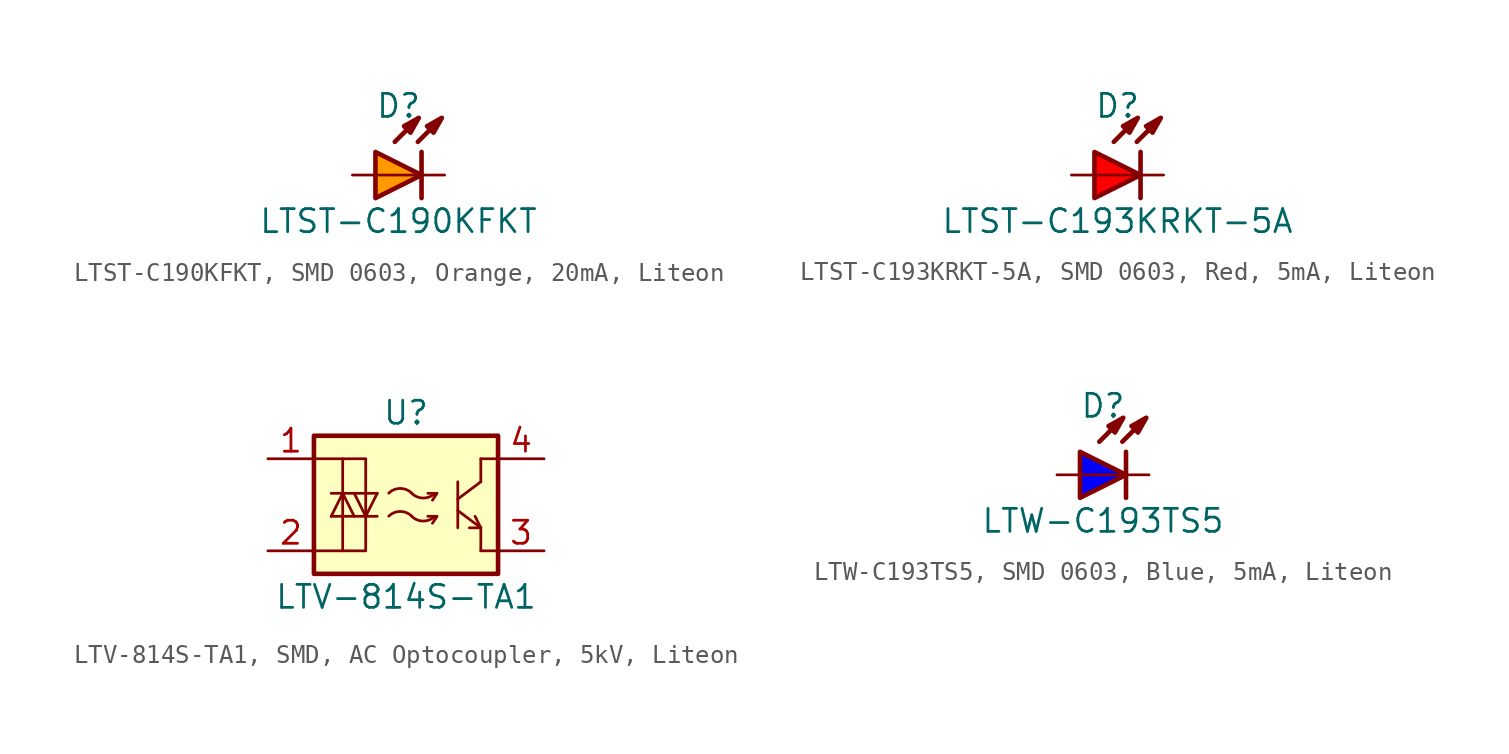
<source format=kicad_sym>
(kicad_symbol_lib
  (version 20241209)
  (generator "kicad_symbol_editor")
  (generator_version "9.0")
  (symbol "LTST-C190KFKT, SMD 0603, Orange, 20mA, Liteon"
    (pin_numbers
      (hide yes))
    (pin_names
      (offset 1.016)
      (hide yes))
    (property "Reference" "D"
      (at 0 3.81 0)
      (effects (font (size 1.27 1.27))))
    (property "Value" "LTST-C190KFKT"
      (at 0 -2.54 0)
      (effects (font (size 1.27 1.27))))
    (property "Label" ""
      (at 0 0 0)
      (effects (font (size 1.27 1.27) (thickness 0.254) (bold yes))))
    (symbol "LTST-C190KFKT, SMD 0603, Orange, 20mA, Liteon_0_0"
      (polyline (pts (xy -0.203 1.829) (xy 1.067 3.099)) (stroke (width 0.254) (type default)) (fill (type none)))
      (polyline (pts (xy 1.067 1.829) (xy 2.337 3.099)) (stroke (width 0.254) (type default)) (fill (type none)))
      (polyline (pts (xy 1.118 3.15) (xy 0.66 2.337) (xy 0.305 2.692) (xy 1.118 3.15)) (stroke (width 0.254) (type default)) (fill (type outline)))
      (polyline (pts (xy 1.27 0) (xy -1.27 0)) (stroke (width 0.152) (type default)) (fill (type none)))
      (polyline (pts (xy 2.388 3.15) (xy 1.93 2.337) (xy 1.575 2.692) (xy 2.388 3.15)) (stroke (width 0.254) (type default)) (fill (type outline))))
    (symbol "LTST-C190KFKT, SMD 0603, Orange, 20mA, Liteon_0_1"
      (polyline (pts (xy 1.27 1.27) (xy 1.27 -1.27)) (stroke (width 0.254) (type default)) (fill (type none))))
    (symbol "LTST-C190KFKT, SMD 0603, Orange, 20mA, Liteon_1_1"
      (polyline (pts (xy -1.27 1.27) (xy -1.27 -1.27) (xy 1.27 0) (xy -1.27 1.27)) (stroke (width 0.254) (type default)) (fill (type color) (color 255 153 0 1)))
      (pin passive line (at -2.54 0 0) (length 1.27) (name "A" (effects (font (size 1.27 1.27)))) (number "A" (effects (font (size 1.27 1.27)))))
      (pin passive line (at 2.54 0 180) (length 1.27) (name "C" (effects (font (size 1.27 1.27)))) (number "C" (effects (font (size 1.27 1.27)))))))
  (symbol "LTST-C193KRKT-5A, SMD 0603, Red, 5mA, Liteon"
    (pin_numbers
      (hide yes))
    (pin_names
      (offset 1.016)
      (hide yes))
    (property "Reference" "D"
      (at 0 3.81 0)
      (effects (font (size 1.27 1.27))))
    (property "Value" "LTST-C193KRKT-5A"
      (at 0 -2.54 0)
      (effects (font (size 1.27 1.27))))
    (property "Label" ""
      (at 0 0 0)
      (effects (font (size 1.27 1.27) (thickness 0.254) (bold yes))))
    (symbol "LTST-C193KRKT-5A, SMD 0603, Red, 5mA, Liteon_0_0"
      (polyline (pts (xy -0.203 1.829) (xy 1.067 3.099)) (stroke (width 0.254) (type default)) (fill (type none)))
      (polyline (pts (xy 1.067 1.829) (xy 2.337 3.099)) (stroke (width 0.254) (type default)) (fill (type none)))
      (polyline (pts (xy 1.118 3.15) (xy 0.66 2.337) (xy 0.305 2.692) (xy 1.118 3.15)) (stroke (width 0.254) (type default)) (fill (type outline)))
      (polyline (pts (xy 1.27 0) (xy -1.27 0)) (stroke (width 0.152) (type default)) (fill (type none)))
      (polyline (pts (xy 2.388 3.15) (xy 1.93 2.337) (xy 1.575 2.692) (xy 2.388 3.15)) (stroke (width 0.254) (type default)) (fill (type outline))))
    (symbol "LTST-C193KRKT-5A, SMD 0603, Red, 5mA, Liteon_0_1"
      (polyline (pts (xy 1.27 1.27) (xy 1.27 -1.27)) (stroke (width 0.254) (type default)) (fill (type none))))
    (symbol "LTST-C193KRKT-5A, SMD 0603, Red, 5mA, Liteon_1_1"
      (polyline (pts (xy -1.27 1.27) (xy -1.27 -1.27) (xy 1.27 0) (xy -1.27 1.27)) (stroke (width 0.254) (type default)) (fill (type color) (color 255 0 0 1)))
      (pin passive line (at -2.54 0 0) (length 1.27) (name "A" (effects (font (size 1.27 1.27)))) (number "A" (effects (font (size 1.27 1.27)))))
      (pin passive line (at 2.54 0 180) (length 1.27) (name "C" (effects (font (size 1.27 1.27)))) (number "C" (effects (font (size 1.27 1.27)))))))
  (symbol "LTV-814S-TA1, SMD, AC Optocoupler, 5kV, Liteon"
    (pin_names
      (hide yes))
    (property "Reference" "U"
      (at 0 5.08 0)
      (effects (font (size 1.27 1.27))))
    (property "Value" "LTV-814S-TA1"
      (at 0 -5.08 0)
      (effects (font (size 1.27 1.27))))
    (symbol "LTV-814S-TA1, SMD, AC Optocoupler, 5kV, Liteon_0_1"
      (rectangle (start -5.08 3.81) (end 5.08 -3.81) (stroke (width 0.254) (type default)) (fill (type background)))
      (polyline (pts (xy -5.08 2.54) (xy -2.223 2.54) (xy -2.223 -2.54) (xy -5.08 -2.54)) (stroke (width 0) (type default)) (fill (type none)))
      (polyline (pts (xy -4.128 0.635) (xy -1.587 0.635)) (stroke (width 0) (type default)) (fill (type none)))
      (polyline (pts (xy -4.128 -0.635) (xy -1.587 -0.635)) (stroke (width 0) (type default)) (fill (type none)))
      (polyline (pts (xy -3.493 2.54) (xy -3.493 -2.54)) (stroke (width 0) (type default)) (fill (type none)))
      (polyline (pts (xy -3.493 0.635) (xy -4.128 -0.635)) (stroke (width 0) (type default)) (fill (type none)))
      (polyline (pts (xy -3.493 0.635) (xy -2.857 -0.635)) (stroke (width 0) (type default)) (fill (type none)))
      (polyline (pts (xy -2.223 -0.635) (xy -2.857 0.635)) (stroke (width 0) (type default)) (fill (type none)))
      (polyline (pts (xy -2.223 -0.635) (xy -1.587 0.635)) (stroke (width 0) (type default)) (fill (type none)))
      (arc (start -0.9525 0.6409) (mid -0.3175 0.9022) (end 0.3175 0.6409) (stroke (width 0) (type default)) (fill (type none)))
      (arc (start -0.9525 -0.6291) (mid -0.3175 -0.3678) (end 0.3175 -0.6291) (stroke (width 0) (type default)) (fill (type none)))
      (arc (start 1.5875 0.635) (mid 0.9525 0.3737) (end 0.3175 0.635) (stroke (width 0) (type default)) (fill (type none)))
      (arc (start 1.5875 -0.635) (mid 0.9525 -0.8963) (end 0.3175 -0.635) (stroke (width 0) (type default)) (fill (type none)))
      (polyline (pts (xy 1.46 0.254) (xy 1.714 0.635) (xy 1.206 0.635)) (stroke (width 0) (type default)) (fill (type none)))
      (polyline (pts (xy 1.46 -1.016) (xy 1.714 -0.635) (xy 1.206 -0.635)) (stroke (width 0) (type default)) (fill (type none)))
      (polyline (pts (xy 2.857 1.27) (xy 2.857 -1.27)) (stroke (width 0) (type default)) (fill (type none)))
      (polyline (pts (xy 2.857 0.318) (xy 4.128 1.27)) (stroke (width 0) (type default)) (fill (type none)))
      (polyline (pts (xy 2.857 -0.318) (xy 4.128 -1.27)) (stroke (width 0) (type default)) (fill (type none)))
      (polyline (pts (xy 4.128 2.54) (xy 4.128 1.27)) (stroke (width 0) (type default)) (fill (type none)))
      (polyline (pts (xy 4.128 -1.27) (xy 3.493 -1.27)) (stroke (width 0) (type default)) (fill (type none)))
      (polyline (pts (xy 4.128 -1.27) (xy 3.81 -0.635)) (stroke (width 0) (type default)) (fill (type none)))
      (polyline (pts (xy 4.128 -1.27) (xy 4.128 -2.54)) (stroke (width 0) (type default)) (fill (type none)))
      (polyline (pts (xy 5.08 2.54) (xy 4.128 2.54)) (stroke (width 0) (type default)) (fill (type none)))
      (polyline (pts (xy 5.08 -2.54) (xy 4.128 -2.54)) (stroke (width 0) (type default)) (fill (type none))))
    (symbol "LTV-814S-TA1, SMD, AC Optocoupler, 5kV, Liteon_1_1"
      (pin passive line (at -7.62 2.54 0) (length 2.54) (name "AC1" (effects (font (size 1.27 1.27)))) (number "1" (effects (font (size 1.27 1.27)))))
      (pin passive line (at -7.62 -2.54 0) (length 2.54) (name "AC2" (effects (font (size 1.27 1.27)))) (number "2" (effects (font (size 1.27 1.27)))))
      (pin passive line (at 7.62 2.54 180) (length 2.54) (name "Collector" (effects (font (size 1.27 1.27)))) (number "4" (effects (font (size 1.27 1.27)))))
      (pin passive line (at 7.62 -2.54 180) (length 2.54) (name "Emmiter" (effects (font (size 1.27 1.27)))) (number "3" (effects (font (size 1.27 1.27)))))))
  (symbol "LTW-C193TS5, SMD 0603, Blue, 5mA, Liteon"
    (pin_numbers
      (hide yes))
    (pin_names
      (offset 1.016)
      (hide yes))
    (property "Reference" "D"
      (at 0 3.81 0)
      (effects (font (size 1.27 1.27))))
    (property "Value" "LTW-C193TS5"
      (at 0 -2.54 0)
      (effects (font (size 1.27 1.27))))
    (property "Label" ""
      (at 0 0 0)
      (effects (font (size 1.27 1.27) (thickness 0.254) (bold yes))))
    (symbol "LTW-C193TS5, SMD 0603, Blue, 5mA, Liteon_0_0"
      (polyline (pts (xy -0.203 1.829) (xy 1.067 3.099)) (stroke (width 0.254) (type default)) (fill (type none)))
      (polyline (pts (xy 1.067 1.829) (xy 2.337 3.099)) (stroke (width 0.254) (type default)) (fill (type none)))
      (polyline (pts (xy 1.118 3.15) (xy 0.66 2.337) (xy 0.305 2.692) (xy 1.118 3.15)) (stroke (width 0.254) (type default)) (fill (type outline)))
      (polyline (pts (xy 1.27 0) (xy -1.27 0)) (stroke (width 0.152) (type default)) (fill (type none)))
      (polyline (pts (xy 2.388 3.15) (xy 1.93 2.337) (xy 1.575 2.692) (xy 2.388 3.15)) (stroke (width 0.254) (type default)) (fill (type outline))))
    (symbol "LTW-C193TS5, SMD 0603, Blue, 5mA, Liteon_0_1"
      (polyline (pts (xy 1.27 1.27) (xy 1.27 -1.27)) (stroke (width 0.254) (type default)) (fill (type none))))
    (symbol "LTW-C193TS5, SMD 0603, Blue, 5mA, Liteon_1_1"
      (polyline (pts (xy -1.27 1.27) (xy -1.27 -1.27) (xy 1.27 0) (xy -1.27 1.27)) (stroke (width 0.254) (type default)) (fill (type color) (color 0 0 255 1)))
      (pin passive line (at -2.54 0 0) (length 1.27) (name "A" (effects (font (size 1.27 1.27)))) (number "A" (effects (font (size 1.27 1.27)))))
      (pin passive line (at 2.54 0 180) (length 1.27) (name "C" (effects (font (size 1.27 1.27)))) (number "C" (effects (font (size 1.27 1.27))))))))
</source>
